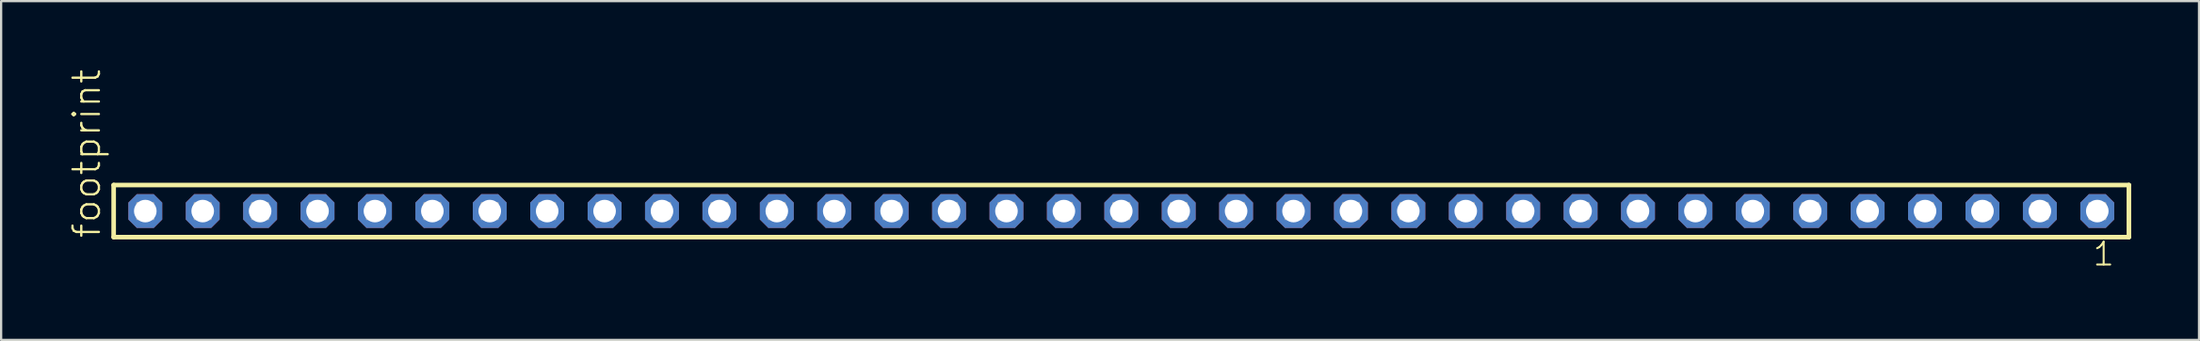
<source format=kicad_pcb>
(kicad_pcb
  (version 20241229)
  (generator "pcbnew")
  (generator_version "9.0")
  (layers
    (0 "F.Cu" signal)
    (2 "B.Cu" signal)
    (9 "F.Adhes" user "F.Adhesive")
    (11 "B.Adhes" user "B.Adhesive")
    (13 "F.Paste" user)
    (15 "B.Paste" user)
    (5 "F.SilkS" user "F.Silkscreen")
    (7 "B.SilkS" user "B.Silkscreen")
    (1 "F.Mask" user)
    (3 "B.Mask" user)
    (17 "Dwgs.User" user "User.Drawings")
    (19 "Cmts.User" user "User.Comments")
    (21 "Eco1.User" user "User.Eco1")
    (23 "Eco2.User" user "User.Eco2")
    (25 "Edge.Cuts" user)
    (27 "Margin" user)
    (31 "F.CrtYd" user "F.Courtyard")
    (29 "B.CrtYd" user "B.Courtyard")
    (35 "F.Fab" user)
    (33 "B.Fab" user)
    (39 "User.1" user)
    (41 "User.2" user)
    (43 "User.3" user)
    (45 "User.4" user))
  (footprint "footprint"
    (layer "F.Cu")
    (at 46.558 6.312)
    (property "Reference" "footprint" (at -45.085 1.27 90) (layer "F.SilkS") (effects (font (size 1.168 1.168) (thickness 0.102)) (justify left bottom)))
    (fp_line (start -44.579 -1.155) (end 44.579 -1.155) (stroke (width 0.203) (type solid)) (layer "F.SilkS"))
    (fp_line (start -44.579 1.155) (end -44.579 -1.155) (stroke (width 0.203) (type solid)) (layer "F.SilkS"))
    (fp_line (start 44.579 -1.155) (end 44.579 1.155) (stroke (width 0.203) (type solid)) (layer "F.SilkS"))
    (fp_line (start 44.579 1.155) (end -44.579 1.155) (stroke (width 0.203) (type solid)) (layer "F.SilkS"))
    (fp_poly (pts (xy -43.53 0.35) (xy -42.83 0.35) (xy -42.83 -0.35) (xy -43.53 -0.35)) (stroke (width 0.1) (type solid)) (fill no) (layer "F.Fab"))
    (fp_poly (pts (xy -40.99 0.35) (xy -40.29 0.35) (xy -40.29 -0.35) (xy -40.99 -0.35)) (stroke (width 0.1) (type solid)) (fill no) (layer "F.Fab"))
    (fp_poly (pts (xy -38.45 0.35) (xy -37.75 0.35) (xy -37.75 -0.35) (xy -38.45 -0.35)) (stroke (width 0.1) (type solid)) (fill no) (layer "F.Fab"))
    (fp_poly (pts (xy -35.91 0.35) (xy -35.21 0.35) (xy -35.21 -0.35) (xy -35.91 -0.35)) (stroke (width 0.1) (type solid)) (fill no) (layer "F.Fab"))
    (fp_poly (pts (xy -33.37 0.35) (xy -32.67 0.35) (xy -32.67 -0.35) (xy -33.37 -0.35)) (stroke (width 0.1) (type solid)) (fill no) (layer "F.Fab"))
    (fp_poly (pts (xy -30.83 0.35) (xy -30.13 0.35) (xy -30.13 -0.35) (xy -30.83 -0.35)) (stroke (width 0.1) (type solid)) (fill no) (layer "F.Fab"))
    (fp_poly (pts (xy -28.29 0.35) (xy -27.59 0.35) (xy -27.59 -0.35) (xy -28.29 -0.35)) (stroke (width 0.1) (type solid)) (fill no) (layer "F.Fab"))
    (fp_poly (pts (xy -25.75 0.35) (xy -25.05 0.35) (xy -25.05 -0.35) (xy -25.75 -0.35)) (stroke (width 0.1) (type solid)) (fill no) (layer "F.Fab"))
    (fp_poly (pts (xy -23.21 0.35) (xy -22.51 0.35) (xy -22.51 -0.35) (xy -23.21 -0.35)) (stroke (width 0.1) (type solid)) (fill no) (layer "F.Fab"))
    (fp_poly (pts (xy -20.67 0.35) (xy -19.97 0.35) (xy -19.97 -0.35) (xy -20.67 -0.35)) (stroke (width 0.1) (type solid)) (fill no) (layer "F.Fab"))
    (fp_poly (pts (xy -18.13 0.35) (xy -17.43 0.35) (xy -17.43 -0.35) (xy -18.13 -0.35)) (stroke (width 0.1) (type solid)) (fill no) (layer "F.Fab"))
    (fp_poly (pts (xy -15.59 0.35) (xy -14.89 0.35) (xy -14.89 -0.35) (xy -15.59 -0.35)) (stroke (width 0.1) (type solid)) (fill no) (layer "F.Fab"))
    (fp_poly (pts (xy -13.05 0.35) (xy -12.35 0.35) (xy -12.35 -0.35) (xy -13.05 -0.35)) (stroke (width 0.1) (type solid)) (fill no) (layer "F.Fab"))
    (fp_poly (pts (xy -10.51 0.35) (xy -9.81 0.35) (xy -9.81 -0.35) (xy -10.51 -0.35)) (stroke (width 0.1) (type solid)) (fill no) (layer "F.Fab"))
    (fp_poly (pts (xy -7.97 0.35) (xy -7.27 0.35) (xy -7.27 -0.35) (xy -7.97 -0.35)) (stroke (width 0.1) (type solid)) (fill no) (layer "F.Fab"))
    (fp_poly (pts (xy -5.43 0.35) (xy -4.73 0.35) (xy -4.73 -0.35) (xy -5.43 -0.35)) (stroke (width 0.1) (type solid)) (fill no) (layer "F.Fab"))
    (fp_poly (pts (xy -2.89 0.35) (xy -2.19 0.35) (xy -2.19 -0.35) (xy -2.89 -0.35)) (stroke (width 0.1) (type solid)) (fill no) (layer "F.Fab"))
    (fp_poly (pts (xy -0.35 0.35) (xy 0.35 0.35) (xy 0.35 -0.35) (xy -0.35 -0.35)) (stroke (width 0.1) (type solid)) (fill no) (layer "F.Fab"))
    (fp_poly (pts (xy 2.19 0.35) (xy 2.89 0.35) (xy 2.89 -0.35) (xy 2.19 -0.35)) (stroke (width 0.1) (type solid)) (fill no) (layer "F.Fab"))
    (fp_poly (pts (xy 4.73 0.35) (xy 5.43 0.35) (xy 5.43 -0.35) (xy 4.73 -0.35)) (stroke (width 0.1) (type solid)) (fill no) (layer "F.Fab"))
    (fp_poly (pts (xy 7.27 0.35) (xy 7.97 0.35) (xy 7.97 -0.35) (xy 7.27 -0.35)) (stroke (width 0.1) (type solid)) (fill no) (layer "F.Fab"))
    (fp_poly (pts (xy 9.81 0.35) (xy 10.51 0.35) (xy 10.51 -0.35) (xy 9.81 -0.35)) (stroke (width 0.1) (type solid)) (fill no) (layer "F.Fab"))
    (fp_poly (pts (xy 12.35 0.35) (xy 13.05 0.35) (xy 13.05 -0.35) (xy 12.35 -0.35)) (stroke (width 0.1) (type solid)) (fill no) (layer "F.Fab"))
    (fp_poly (pts (xy 14.89 0.35) (xy 15.59 0.35) (xy 15.59 -0.35) (xy 14.89 -0.35)) (stroke (width 0.1) (type solid)) (fill no) (layer "F.Fab"))
    (fp_poly (pts (xy 17.43 0.35) (xy 18.13 0.35) (xy 18.13 -0.35) (xy 17.43 -0.35)) (stroke (width 0.1) (type solid)) (fill no) (layer "F.Fab"))
    (fp_poly (pts (xy 19.97 0.35) (xy 20.67 0.35) (xy 20.67 -0.35) (xy 19.97 -0.35)) (stroke (width 0.1) (type solid)) (fill no) (layer "F.Fab"))
    (fp_poly (pts (xy 22.51 0.35) (xy 23.21 0.35) (xy 23.21 -0.35) (xy 22.51 -0.35)) (stroke (width 0.1) (type solid)) (fill no) (layer "F.Fab"))
    (fp_poly (pts (xy 25.05 0.35) (xy 25.75 0.35) (xy 25.75 -0.35) (xy 25.05 -0.35)) (stroke (width 0.1) (type solid)) (fill no) (layer "F.Fab"))
    (fp_poly (pts (xy 27.59 0.35) (xy 28.29 0.35) (xy 28.29 -0.35) (xy 27.59 -0.35)) (stroke (width 0.1) (type solid)) (fill no) (layer "F.Fab"))
    (fp_poly (pts (xy 30.13 0.35) (xy 30.83 0.35) (xy 30.83 -0.35) (xy 30.13 -0.35)) (stroke (width 0.1) (type solid)) (fill no) (layer "F.Fab"))
    (fp_poly (pts (xy 32.67 0.35) (xy 33.37 0.35) (xy 33.37 -0.35) (xy 32.67 -0.35)) (stroke (width 0.1) (type solid)) (fill no) (layer "F.Fab"))
    (fp_poly (pts (xy 35.21 0.35) (xy 35.91 0.35) (xy 35.91 -0.35) (xy 35.21 -0.35)) (stroke (width 0.1) (type solid)) (fill no) (layer "F.Fab"))
    (fp_poly (pts (xy 37.75 0.35) (xy 38.45 0.35) (xy 38.45 -0.35) (xy 37.75 -0.35)) (stroke (width 0.1) (type solid)) (fill no) (layer "F.Fab"))
    (fp_poly (pts (xy 40.29 0.35) (xy 40.99 0.35) (xy 40.99 -0.35) (xy 40.29 -0.35)) (stroke (width 0.1) (type solid)) (fill no) (layer "F.Fab"))
    (fp_poly (pts (xy 42.83 0.35) (xy 43.53 0.35) (xy 43.53 -0.35) (xy 42.83 -0.35)) (stroke (width 0.1) (type solid)) (fill no) (layer "F.Fab"))
    (fp_text user "1" (at 42.922 2.498 0) (layer "F.SilkS") (effects (font (size 1.012 1.012) (thickness 0.088)) (justify left bottom)))
    (pad "1" thru_hole roundrect (at 43.18 0 180) (size 1.5 1.5) (drill 1) (layers "*.Cu" "*.Mask") (roundrect_rratio 0.25) (chamfer_ratio 0.25) (chamfer top_left top_right bottom_left bottom_right))
    (pad "2" thru_hole roundrect (at 40.64 0 180) (size 1.5 1.5) (drill 1) (layers "*.Cu" "*.Mask") (roundrect_rratio 0.25) (chamfer_ratio 0.25) (chamfer top_left top_right bottom_left bottom_right))
    (pad "3" thru_hole roundrect (at 38.1 0 180) (size 1.5 1.5) (drill 1) (layers "*.Cu" "*.Mask") (roundrect_rratio 0.25) (chamfer_ratio 0.25) (chamfer top_left top_right bottom_left bottom_right))
    (pad "4" thru_hole roundrect (at 35.56 0 180) (size 1.5 1.5) (drill 1) (layers "*.Cu" "*.Mask") (roundrect_rratio 0.25) (chamfer_ratio 0.25) (chamfer top_left top_right bottom_left bottom_right))
    (pad "5" thru_hole roundrect (at 33.02 0 180) (size 1.5 1.5) (drill 1) (layers "*.Cu" "*.Mask") (roundrect_rratio 0.25) (chamfer_ratio 0.25) (chamfer top_left top_right bottom_left bottom_right))
    (pad "6" thru_hole roundrect (at 30.48 0 180) (size 1.5 1.5) (drill 1) (layers "*.Cu" "*.Mask") (roundrect_rratio 0.25) (chamfer_ratio 0.25) (chamfer top_left top_right bottom_left bottom_right))
    (pad "7" thru_hole roundrect (at 27.94 0 180) (size 1.5 1.5) (drill 1) (layers "*.Cu" "*.Mask") (roundrect_rratio 0.25) (chamfer_ratio 0.25) (chamfer top_left top_right bottom_left bottom_right))
    (pad "8" thru_hole roundrect (at 25.4 0 180) (size 1.5 1.5) (drill 1) (layers "*.Cu" "*.Mask") (roundrect_rratio 0.25) (chamfer_ratio 0.25) (chamfer top_left top_right bottom_left bottom_right))
    (pad "9" thru_hole roundrect (at 22.86 0 180) (size 1.5 1.5) (drill 1) (layers "*.Cu" "*.Mask") (roundrect_rratio 0.25) (chamfer_ratio 0.25) (chamfer top_left top_right bottom_left bottom_right))
    (pad "10" thru_hole roundrect (at 20.32 0 180) (size 1.5 1.5) (drill 1) (layers "*.Cu" "*.Mask") (roundrect_rratio 0.25) (chamfer_ratio 0.25) (chamfer top_left top_right bottom_left bottom_right))
    (pad "11" thru_hole roundrect (at 17.78 0 180) (size 1.5 1.5) (drill 1) (layers "*.Cu" "*.Mask") (roundrect_rratio 0.25) (chamfer_ratio 0.25) (chamfer top_left top_right bottom_left bottom_right))
    (pad "12" thru_hole roundrect (at 15.24 0 180) (size 1.5 1.5) (drill 1) (layers "*.Cu" "*.Mask") (roundrect_rratio 0.25) (chamfer_ratio 0.25) (chamfer top_left top_right bottom_left bottom_right))
    (pad "13" thru_hole roundrect (at 12.7 0 180) (size 1.5 1.5) (drill 1) (layers "*.Cu" "*.Mask") (roundrect_rratio 0.25) (chamfer_ratio 0.25) (chamfer top_left top_right bottom_left bottom_right))
    (pad "14" thru_hole roundrect (at 10.16 0 180) (size 1.5 1.5) (drill 1) (layers "*.Cu" "*.Mask") (roundrect_rratio 0.25) (chamfer_ratio 0.25) (chamfer top_left top_right bottom_left bottom_right))
    (pad "15" thru_hole roundrect (at 7.62 0 180) (size 1.5 1.5) (drill 1) (layers "*.Cu" "*.Mask") (roundrect_rratio 0.25) (chamfer_ratio 0.25) (chamfer top_left top_right bottom_left bottom_right))
    (pad "16" thru_hole roundrect (at 5.08 0 180) (size 1.5 1.5) (drill 1) (layers "*.Cu" "*.Mask") (roundrect_rratio 0.25) (chamfer_ratio 0.25) (chamfer top_left top_right bottom_left bottom_right))
    (pad "17" thru_hole roundrect (at 2.54 0 180) (size 1.5 1.5) (drill 1) (layers "*.Cu" "*.Mask") (roundrect_rratio 0.25) (chamfer_ratio 0.25) (chamfer top_left top_right bottom_left bottom_right))
    (pad "18" thru_hole roundrect (at 0 0 180) (size 1.5 1.5) (drill 1) (layers "*.Cu" "*.Mask") (roundrect_rratio 0.25) (chamfer_ratio 0.25) (chamfer top_left top_right bottom_left bottom_right))
    (pad "19" thru_hole roundrect (at -2.54 0 180) (size 1.5 1.5) (drill 1) (layers "*.Cu" "*.Mask") (roundrect_rratio 0.25) (chamfer_ratio 0.25) (chamfer top_left top_right bottom_left bottom_right))
    (pad "20" thru_hole roundrect (at -5.08 0 180) (size 1.5 1.5) (drill 1) (layers "*.Cu" "*.Mask") (roundrect_rratio 0.25) (chamfer_ratio 0.25) (chamfer top_left top_right bottom_left bottom_right))
    (pad "21" thru_hole roundrect (at -7.62 0 180) (size 1.5 1.5) (drill 1) (layers "*.Cu" "*.Mask") (roundrect_rratio 0.25) (chamfer_ratio 0.25) (chamfer top_left top_right bottom_left bottom_right))
    (pad "22" thru_hole roundrect (at -10.16 0 180) (size 1.5 1.5) (drill 1) (layers "*.Cu" "*.Mask") (roundrect_rratio 0.25) (chamfer_ratio 0.25) (chamfer top_left top_right bottom_left bottom_right))
    (pad "23" thru_hole roundrect (at -12.7 0 180) (size 1.5 1.5) (drill 1) (layers "*.Cu" "*.Mask") (roundrect_rratio 0.25) (chamfer_ratio 0.25) (chamfer top_left top_right bottom_left bottom_right))
    (pad "24" thru_hole roundrect (at -15.24 0 180) (size 1.5 1.5) (drill 1) (layers "*.Cu" "*.Mask") (roundrect_rratio 0.25) (chamfer_ratio 0.25) (chamfer top_left top_right bottom_left bottom_right))
    (pad "25" thru_hole roundrect (at -17.78 0 180) (size 1.5 1.5) (drill 1) (layers "*.Cu" "*.Mask") (roundrect_rratio 0.25) (chamfer_ratio 0.25) (chamfer top_left top_right bottom_left bottom_right))
    (pad "26" thru_hole roundrect (at -20.32 0 180) (size 1.5 1.5) (drill 1) (layers "*.Cu" "*.Mask") (roundrect_rratio 0.25) (chamfer_ratio 0.25) (chamfer top_left top_right bottom_left bottom_right))
    (pad "27" thru_hole roundrect (at -22.86 0 180) (size 1.5 1.5) (drill 1) (layers "*.Cu" "*.Mask") (roundrect_rratio 0.25) (chamfer_ratio 0.25) (chamfer top_left top_right bottom_left bottom_right))
    (pad "28" thru_hole roundrect (at -25.4 0 180) (size 1.5 1.5) (drill 1) (layers "*.Cu" "*.Mask") (roundrect_rratio 0.25) (chamfer_ratio 0.25) (chamfer top_left top_right bottom_left bottom_right))
    (pad "29" thru_hole roundrect (at -27.94 0 180) (size 1.5 1.5) (drill 1) (layers "*.Cu" "*.Mask") (roundrect_rratio 0.25) (chamfer_ratio 0.25) (chamfer top_left top_right bottom_left bottom_right))
    (pad "30" thru_hole roundrect (at -30.48 0 180) (size 1.5 1.5) (drill 1) (layers "*.Cu" "*.Mask") (roundrect_rratio 0.25) (chamfer_ratio 0.25) (chamfer top_left top_right bottom_left bottom_right))
    (pad "31" thru_hole roundrect (at -33.02 0 180) (size 1.5 1.5) (drill 1) (layers "*.Cu" "*.Mask") (roundrect_rratio 0.25) (chamfer_ratio 0.25) (chamfer top_left top_right bottom_left bottom_right))
    (pad "32" thru_hole roundrect (at -35.56 0 180) (size 1.5 1.5) (drill 1) (layers "*.Cu" "*.Mask") (roundrect_rratio 0.25) (chamfer_ratio 0.25) (chamfer top_left top_right bottom_left bottom_right))
    (pad "33" thru_hole roundrect (at -38.1 0 180) (size 1.5 1.5) (drill 1) (layers "*.Cu" "*.Mask") (roundrect_rratio 0.25) (chamfer_ratio 0.25) (chamfer top_left top_right bottom_left bottom_right))
    (pad "34" thru_hole roundrect (at -40.64 0 180) (size 1.5 1.5) (drill 1) (layers "*.Cu" "*.Mask") (roundrect_rratio 0.25) (chamfer_ratio 0.25) (chamfer top_left top_right bottom_left bottom_right))
    (pad "35" thru_hole roundrect (at -43.18 0 180) (size 1.5 1.5) (drill 1) (layers "*.Cu" "*.Mask") (roundrect_rratio 0.25) (chamfer_ratio 0.25) (chamfer top_left top_right bottom_left bottom_right)))
  (gr_rect
    (start -3 -3)
    (end 94.239 12.027)
    (stroke (width 0.1) (type default))
    (fill no)
    (layer "Edge.Cuts")))
</source>
